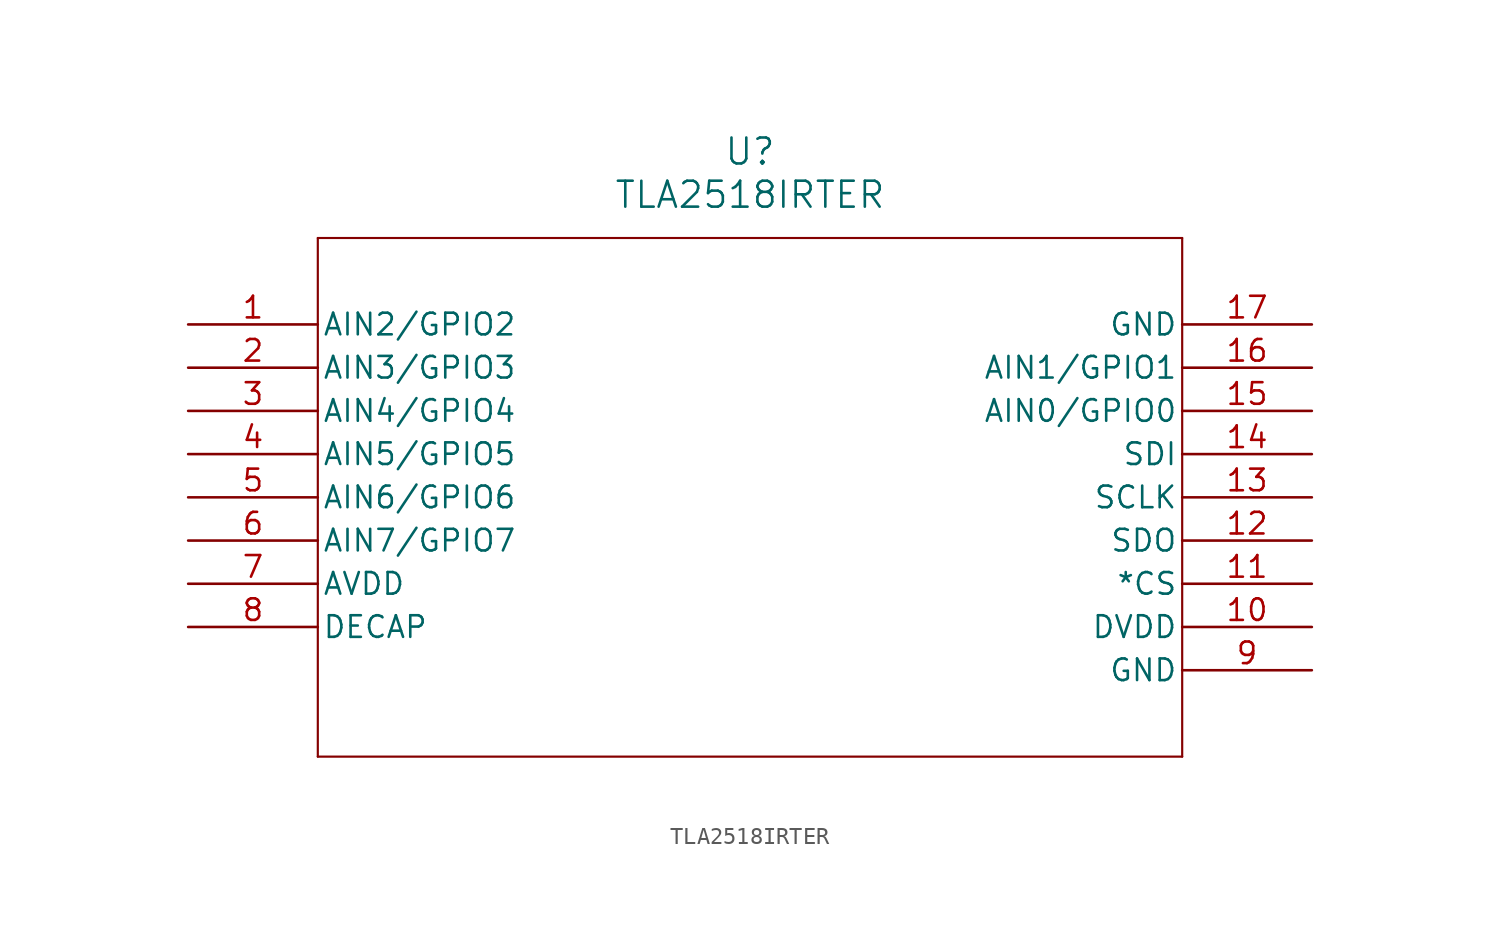
<source format=kicad_sym>
(kicad_symbol_lib
  (version 20211014)
  (generator kicad_symbol_editor)
  (symbol "TLA2518IRTER"
    (pin_names
      (offset 0.254))
    (property "Reference" "U"
      (at 33.02 10.16 0)
      (effects (font (size 1.524 1.524))))
    (property "Value" "TLA2518IRTER"
      (at 33.02 7.62 0)
      (effects (font (size 1.524 1.524))))
    (symbol "TLA2518IRTER_0_1"
      (polyline (pts (xy 7.62 5.08) (xy 7.62 -25.4)) (stroke (width 0.127) (type default) (color 0 0 0 0)) (fill (type none)))
      (polyline (pts (xy 7.62 -25.4) (xy 58.42 -25.4)) (stroke (width 0.127) (type default) (color 0 0 0 0)) (fill (type none)))
      (polyline (pts (xy 58.42 -25.4) (xy 58.42 5.08)) (stroke (width 0.127) (type default) (color 0 0 0 0)) (fill (type none)))
      (polyline (pts (xy 58.42 5.08) (xy 7.62 5.08)) (stroke (width 0.127) (type default) (color 0 0 0 0)) (fill (type none)))
      (pin bidirectional line (at 0 0 0) (length 7.62) (name "AIN2/GPIO2" (effects (font (size 1.27 1.27)))) (number "1" (effects (font (size 1.27 1.27)))))
      (pin bidirectional line (at 0 -2.54 0) (length 7.62) (name "AIN3/GPIO3" (effects (font (size 1.27 1.27)))) (number "2" (effects (font (size 1.27 1.27)))))
      (pin bidirectional line (at 0 -5.08 0) (length 7.62) (name "AIN4/GPIO4" (effects (font (size 1.27 1.27)))) (number "3" (effects (font (size 1.27 1.27)))))
      (pin bidirectional line (at 0 -7.62 0) (length 7.62) (name "AIN5/GPIO5" (effects (font (size 1.27 1.27)))) (number "4" (effects (font (size 1.27 1.27)))))
      (pin bidirectional line (at 0 -10.16 0) (length 7.62) (name "AIN6/GPIO6" (effects (font (size 1.27 1.27)))) (number "5" (effects (font (size 1.27 1.27)))))
      (pin bidirectional line (at 0 -12.7 0) (length 7.62) (name "AIN7/GPIO7" (effects (font (size 1.27 1.27)))) (number "6" (effects (font (size 1.27 1.27)))))
      (pin power_in line (at 0 -15.24 0) (length 7.62) (name "AVDD" (effects (font (size 1.27 1.27)))) (number "7" (effects (font (size 1.27 1.27)))))
      (pin unspecified line (at 0 -17.78 0) (length 7.62) (name "DECAP" (effects (font (size 1.27 1.27)))) (number "8" (effects (font (size 1.27 1.27)))))
      (pin power_out line (at 66.04 -20.32 180) (length 7.62) (name "GND" (effects (font (size 1.27 1.27)))) (number "9" (effects (font (size 1.27 1.27)))))
      (pin power_in line (at 66.04 -17.78 180) (length 7.62) (name "DVDD" (effects (font (size 1.27 1.27)))) (number "10" (effects (font (size 1.27 1.27)))))
      (pin input line (at 66.04 -15.24 180) (length 7.62) (name "*CS" (effects (font (size 1.27 1.27)))) (number "11" (effects (font (size 1.27 1.27)))))
      (pin output line (at 66.04 -12.7 180) (length 7.62) (name "SDO" (effects (font (size 1.27 1.27)))) (number "12" (effects (font (size 1.27 1.27)))))
      (pin input line (at 66.04 -10.16 180) (length 7.62) (name "SCLK" (effects (font (size 1.27 1.27)))) (number "13" (effects (font (size 1.27 1.27)))))
      (pin input line (at 66.04 -7.62 180) (length 7.62) (name "SDI" (effects (font (size 1.27 1.27)))) (number "14" (effects (font (size 1.27 1.27)))))
      (pin bidirectional line (at 66.04 -5.08 180) (length 7.62) (name "AIN0/GPIO0" (effects (font (size 1.27 1.27)))) (number "15" (effects (font (size 1.27 1.27)))))
      (pin bidirectional line (at 66.04 -2.54 180) (length 7.62) (name "AIN1/GPIO1" (effects (font (size 1.27 1.27)))) (number "16" (effects (font (size 1.27 1.27)))))
      (pin power_out line (at 66.04 0 180) (length 7.62) (name "GND" (effects (font (size 1.27 1.27)))) (number "17" (effects (font (size 1.27 1.27))))))))
</source>
